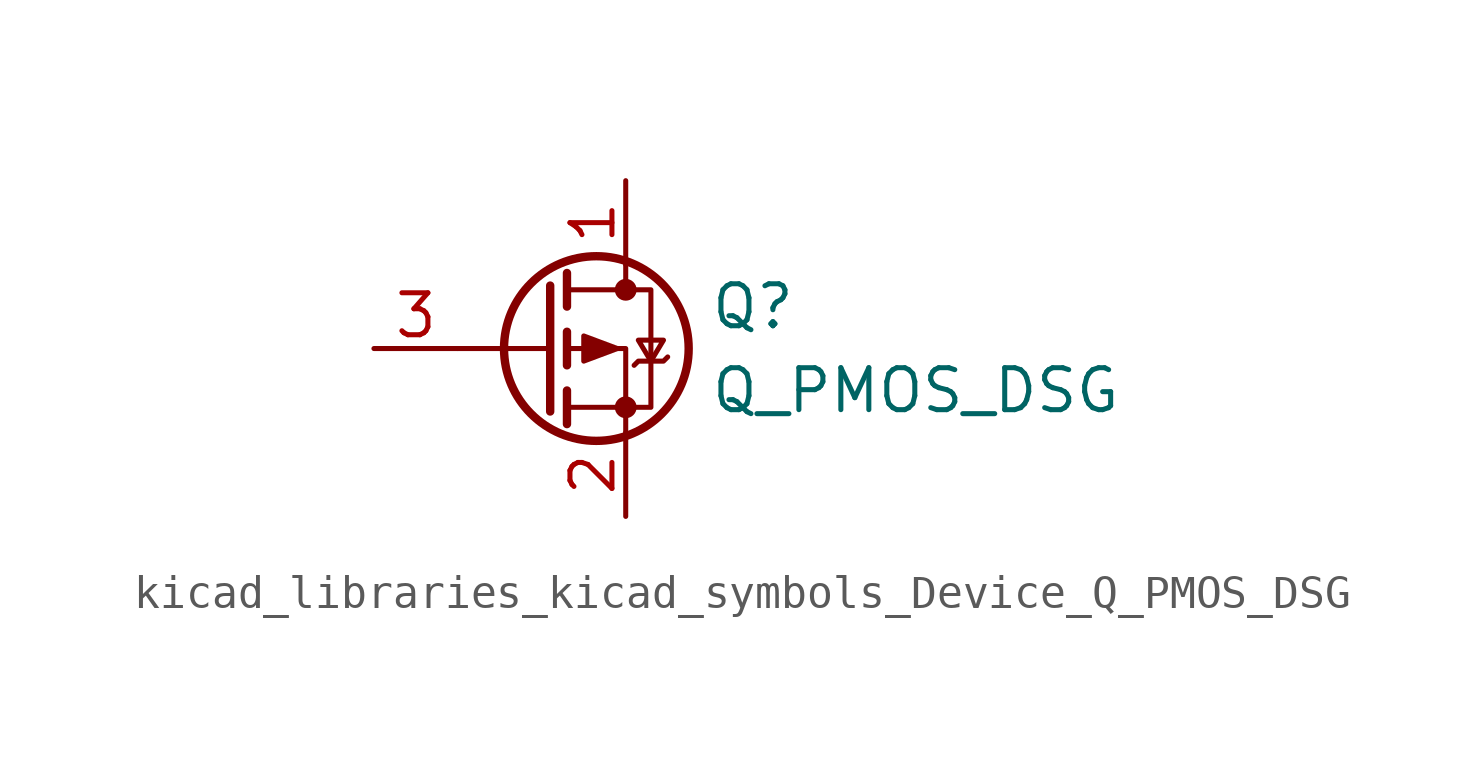
<source format=kicad_sym>
(kicad_symbol_lib
  (version 20220914)
  (generator kicad_symbol_editor)
  (symbol "kicad_libraries_kicad_symbols_Device_Q_PMOS_DSG"
    (pin_names
      (offset 0) hide)
    (property "Reference" "Q"
      (at 5.08 1.27 0)
      (effects (font (size 1.27 1.27)) (justify left)))
    (property "Value" "Q_PMOS_DSG"
      (at 5.08 -1.27 0)
      (effects (font (size 1.27 1.27)) (justify left)))
    (symbol "kicad_libraries_kicad_symbols_Device_Q_PMOS_DSG_0_1"
      (polyline (pts (xy 0.254 0) (xy -2.54 0)) (stroke (width 0) (type default)) (fill (type none)))
      (polyline (pts (xy 0.254 1.905) (xy 0.254 -1.905)) (stroke (width 0.254) (type default)) (fill (type none)))
      (polyline (pts (xy 0.762 -1.27) (xy 0.762 -2.286)) (stroke (width 0.254) (type default)) (fill (type none)))
      (polyline (pts (xy 0.762 0.508) (xy 0.762 -0.508)) (stroke (width 0.254) (type default)) (fill (type none)))
      (polyline (pts (xy 0.762 2.286) (xy 0.762 1.27)) (stroke (width 0.254) (type default)) (fill (type none)))
      (polyline (pts (xy 2.54 2.54) (xy 2.54 1.778)) (stroke (width 0) (type default)) (fill (type none)))
      (polyline (pts (xy 2.54 -2.54) (xy 2.54 0) (xy 0.762 0)) (stroke (width 0) (type default)) (fill (type none)))
      (polyline (pts (xy 0.762 1.778) (xy 3.302 1.778) (xy 3.302 -1.778) (xy 0.762 -1.778)) (stroke (width 0) (type default)) (fill (type none)))
      (polyline (pts (xy 2.286 0) (xy 1.27 0.381) (xy 1.27 -0.381) (xy 2.286 0)) (stroke (width 0) (type default)) (fill (type outline)))
      (polyline (pts (xy 2.794 -0.508) (xy 2.921 -0.381) (xy 3.683 -0.381) (xy 3.81 -0.254)) (stroke (width 0) (type default)) (fill (type none)))
      (polyline (pts (xy 3.302 -0.381) (xy 2.921 0.254) (xy 3.683 0.254) (xy 3.302 -0.381)) (stroke (width 0) (type default)) (fill (type none)))
      (circle (center 1.651 0) (radius 2.794) (stroke (width 0.254) (type default)) (fill (type none)))
      (circle (center 2.54 -1.778) (radius 0.254) (stroke (width 0) (type default)) (fill (type outline)))
      (circle (center 2.54 1.778) (radius 0.254) (stroke (width 0) (type default)) (fill (type outline))))
    (symbol "kicad_libraries_kicad_symbols_Device_Q_PMOS_DSG_1_1"
      (pin passive line (at 2.54 5.08 270) (length 2.54) (name "D" (effects (font (size 1.27 1.27)))) (number "1" (effects (font (size 1.27 1.27)))))
      (pin passive line (at 2.54 -5.08 90) (length 2.54) (name "S" (effects (font (size 1.27 1.27)))) (number "2" (effects (font (size 1.27 1.27)))))
      (pin input line (at -5.08 0 0) (length 2.54) (name "G" (effects (font (size 1.27 1.27)))) (number "3" (effects (font (size 1.27 1.27))))))))
</source>
